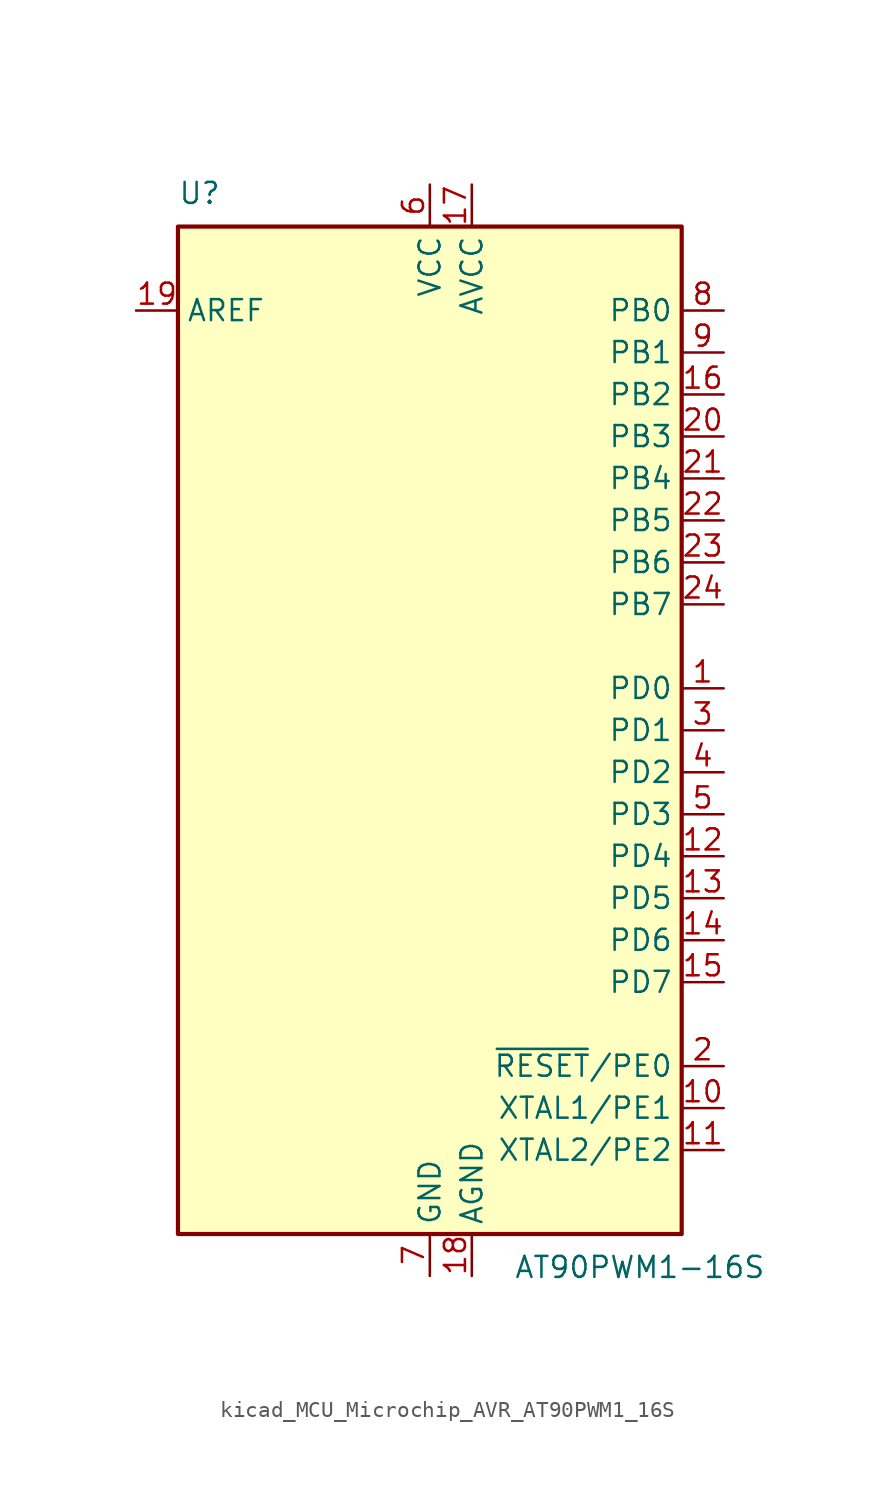
<source format=kicad_sym>
(kicad_symbol_lib
  (version 20220914)
  (generator kicad_symbol_editor)
  (symbol "kicad_MCU_Microchip_AVR_AT90PWM1_16S"
    (property "Reference" "U"
      (at -15.24 31.75 0)
      (effects (font (size 1.27 1.27)) (justify left bottom)))
    (property "Value" "AT90PWM1-16S"
      (at 5.08 -31.75 0)
      (effects (font (size 1.27 1.27)) (justify left top)))
    (symbol "kicad_MCU_Microchip_AVR_AT90PWM1_16S_0_1"
      (rectangle (start -15.24 -30.48) (end 15.24 30.48) (stroke (width 0.254) (type default)) (fill (type background))))
    (symbol "kicad_MCU_Microchip_AVR_AT90PWM1_16S_1_1"
      (pin bidirectional line (at 17.78 2.54 180) (length 2.54) (name "PD0" (effects (font (size 1.27 1.27)))) (number "1" (effects (font (size 1.27 1.27)))))
      (pin bidirectional line (at 17.78 -22.86 180) (length 2.54) (name "XTAL1/PE1" (effects (font (size 1.27 1.27)))) (number "10" (effects (font (size 1.27 1.27)))))
      (pin bidirectional line (at 17.78 -25.4 180) (length 2.54) (name "XTAL2/PE2" (effects (font (size 1.27 1.27)))) (number "11" (effects (font (size 1.27 1.27)))))
      (pin bidirectional line (at 17.78 -7.62 180) (length 2.54) (name "PD4" (effects (font (size 1.27 1.27)))) (number "12" (effects (font (size 1.27 1.27)))))
      (pin bidirectional line (at 17.78 -10.16 180) (length 2.54) (name "PD5" (effects (font (size 1.27 1.27)))) (number "13" (effects (font (size 1.27 1.27)))))
      (pin bidirectional line (at 17.78 -12.7 180) (length 2.54) (name "PD6" (effects (font (size 1.27 1.27)))) (number "14" (effects (font (size 1.27 1.27)))))
      (pin bidirectional line (at 17.78 -15.24 180) (length 2.54) (name "PD7" (effects (font (size 1.27 1.27)))) (number "15" (effects (font (size 1.27 1.27)))))
      (pin bidirectional line (at 17.78 20.32 180) (length 2.54) (name "PB2" (effects (font (size 1.27 1.27)))) (number "16" (effects (font (size 1.27 1.27)))))
      (pin power_in line (at 2.54 33.02 270) (length 2.54) (name "AVCC" (effects (font (size 1.27 1.27)))) (number "17" (effects (font (size 1.27 1.27)))))
      (pin power_in line (at 2.54 -33.02 90) (length 2.54) (name "AGND" (effects (font (size 1.27 1.27)))) (number "18" (effects (font (size 1.27 1.27)))))
      (pin passive line (at -17.78 25.4 0) (length 2.54) (name "AREF" (effects (font (size 1.27 1.27)))) (number "19" (effects (font (size 1.27 1.27)))))
      (pin bidirectional line (at 17.78 -20.32 180) (length 2.54) (name "~{RESET}/PE0" (effects (font (size 1.27 1.27)))) (number "2" (effects (font (size 1.27 1.27)))))
      (pin bidirectional line (at 17.78 17.78 180) (length 2.54) (name "PB3" (effects (font (size 1.27 1.27)))) (number "20" (effects (font (size 1.27 1.27)))))
      (pin bidirectional line (at 17.78 15.24 180) (length 2.54) (name "PB4" (effects (font (size 1.27 1.27)))) (number "21" (effects (font (size 1.27 1.27)))))
      (pin bidirectional line (at 17.78 12.7 180) (length 2.54) (name "PB5" (effects (font (size 1.27 1.27)))) (number "22" (effects (font (size 1.27 1.27)))))
      (pin bidirectional line (at 17.78 10.16 180) (length 2.54) (name "PB6" (effects (font (size 1.27 1.27)))) (number "23" (effects (font (size 1.27 1.27)))))
      (pin bidirectional line (at 17.78 7.62 180) (length 2.54) (name "PB7" (effects (font (size 1.27 1.27)))) (number "24" (effects (font (size 1.27 1.27)))))
      (pin bidirectional line (at 17.78 0 180) (length 2.54) (name "PD1" (effects (font (size 1.27 1.27)))) (number "3" (effects (font (size 1.27 1.27)))))
      (pin bidirectional line (at 17.78 -2.54 180) (length 2.54) (name "PD2" (effects (font (size 1.27 1.27)))) (number "4" (effects (font (size 1.27 1.27)))))
      (pin bidirectional line (at 17.78 -5.08 180) (length 2.54) (name "PD3" (effects (font (size 1.27 1.27)))) (number "5" (effects (font (size 1.27 1.27)))))
      (pin power_in line (at 0 33.02 270) (length 2.54) (name "VCC" (effects (font (size 1.27 1.27)))) (number "6" (effects (font (size 1.27 1.27)))))
      (pin power_in line (at 0 -33.02 90) (length 2.54) (name "GND" (effects (font (size 1.27 1.27)))) (number "7" (effects (font (size 1.27 1.27)))))
      (pin bidirectional line (at 17.78 25.4 180) (length 2.54) (name "PB0" (effects (font (size 1.27 1.27)))) (number "8" (effects (font (size 1.27 1.27)))))
      (pin bidirectional line (at 17.78 22.86 180) (length 2.54) (name "PB1" (effects (font (size 1.27 1.27)))) (number "9" (effects (font (size 1.27 1.27))))))))
</source>
